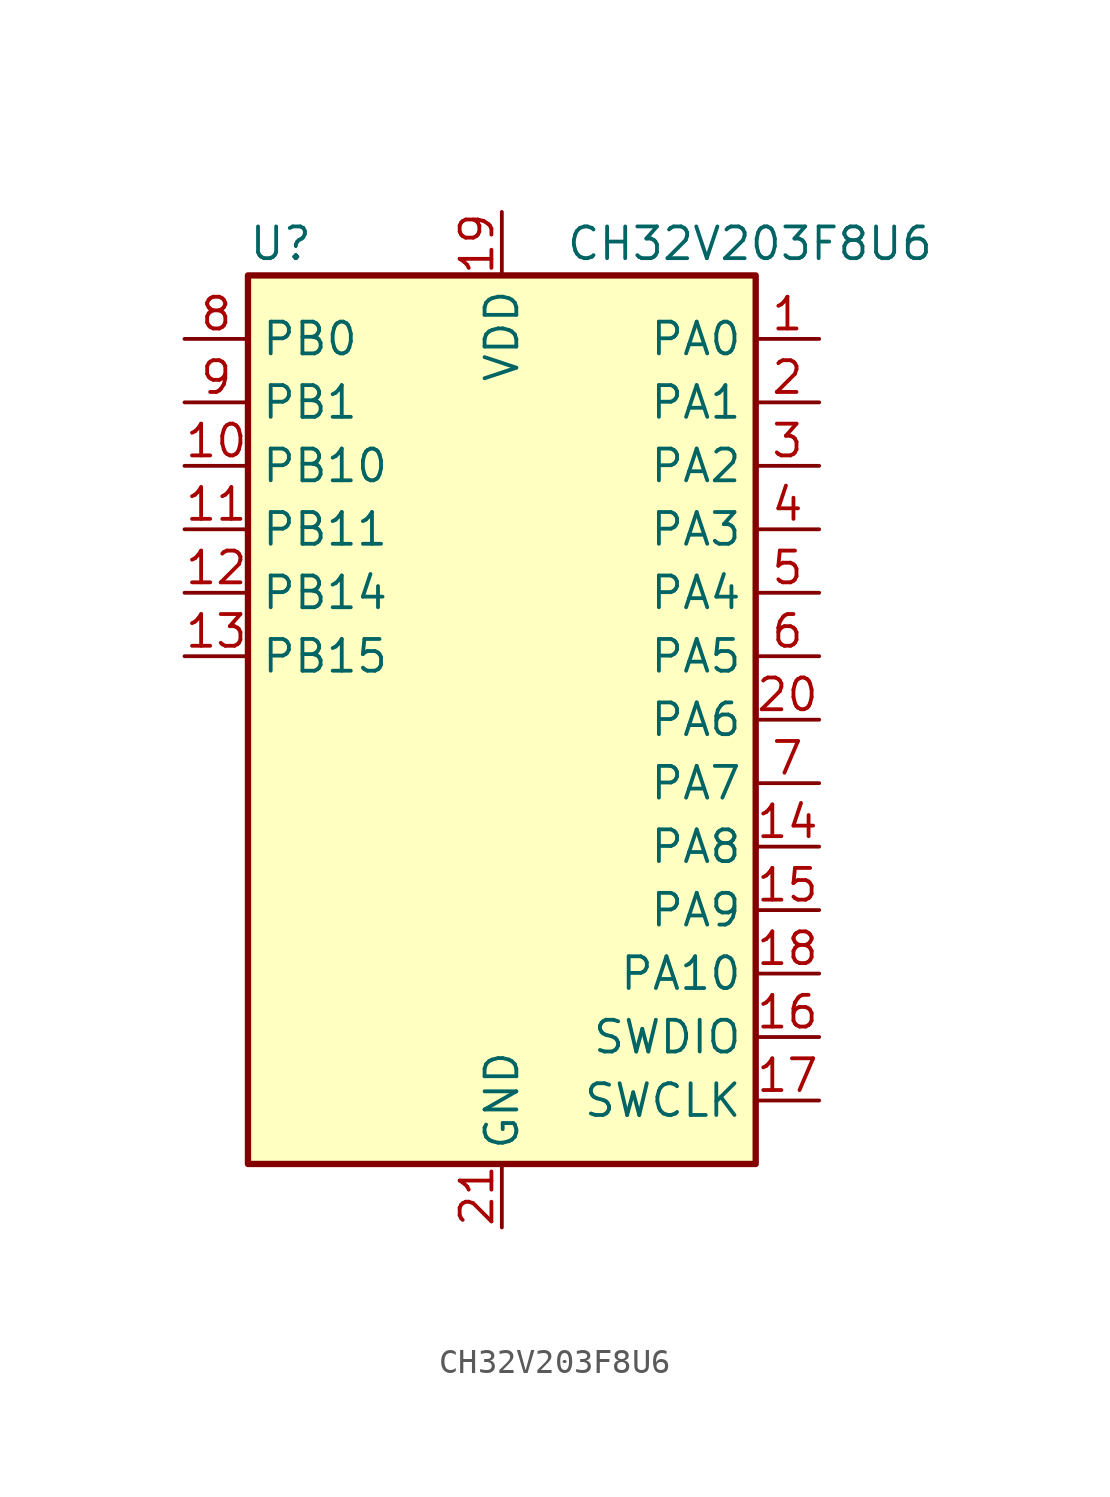
<source format=kicad_sym>
(kicad_symbol_lib
  (version 20231120)
  (generator "kicad_symbol_editor")
  (generator_version "8.0")
  (symbol "CH32V203F8U6"
    (property "Reference" "U"
      (at -10.16 19.05 0)
      (effects (font (size 1.27 1.27)) (justify left)))
    (property "Value" "CH32V203F8U6"
      (at 2.54 19.05 0)
      (effects (font (size 1.27 1.27)) (justify left)))
    (symbol "CH32V203F8U6_0_1"
      (rectangle (start -10.16 17.78) (end 10.16 -17.78) (stroke (width 0.254) (type default)) (fill (type background))))
    (symbol "CH32V203F8U6_1_0"
      (pin bidirectional line (at -12.7 10.16 0) (length 2.54) (name "PB10" (effects (font (size 1.27 1.27)))) (number "10" (effects (font (size 1.27 1.27)))) (alternate "I2C2_SCL" bidirectional line) (alternate "OPA2_CH0N" bidirectional line) (alternate "TIM2_CH3_2" bidirectional line) (alternate "TIM2_CH3_3" bidirectional line) (alternate "USART3_TX" output line))
      (pin bidirectional line (at -12.7 2.54 0) (length 2.54) (name "PB15" (effects (font (size 1.27 1.27)))) (number "13" (effects (font (size 1.27 1.27)))) (alternate "OPA1_CH0P" bidirectional line) (alternate "SPI2_MOSI" output line) (alternate "TIM1_CH3N" bidirectional line))
      (pin bidirectional line (at -12.7 15.24 0) (length 2.54) (name "PB0" (effects (font (size 1.27 1.27)))) (number "8" (effects (font (size 1.27 1.27)))) (alternate "ADC_IN8" input line) (alternate "OPA1_CH1P" bidirectional line) (alternate "TIM1_CH2N_1" bidirectional line) (alternate "TIM3_CH3" bidirectional line) (alternate "TIM3_CH3_2" bidirectional line) (alternate "USART4_TX" output line)))
    (symbol "CH32V203F8U6_1_1"
      (pin bidirectional line (at 12.7 15.24 180) (length 2.54) (name "PA0" (effects (font (size 1.27 1.27)))) (number "1" (effects (font (size 1.27 1.27)))) (alternate "ADC_IN0" bidirectional line) (alternate "TIM2_CH1" passive line) (alternate "TIM2_CH1_2" bidirectional line) (alternate "TIM2_ETR" passive line) (alternate "TIM2_ETR_2" bidirectional line) (alternate "USART2_CTS" bidirectional line) (alternate "WKUP" input line))
      (pin bidirectional line (at -12.7 7.62 0) (length 2.54) (name "PB11" (effects (font (size 1.27 1.27)))) (number "11" (effects (font (size 1.27 1.27)))) (alternate "I2C2_SDA" bidirectional line) (alternate "OPA1_CH0N" bidirectional line) (alternate "TIM2_CH4_2" bidirectional line) (alternate "TIM2_CH4_3" bidirectional line) (alternate "USART3_RX" input line))
      (pin bidirectional line (at -12.7 5.08 0) (length 2.54) (name "PB14" (effects (font (size 1.27 1.27)))) (number "12" (effects (font (size 1.27 1.27)))) (alternate "OPA2_CH0P" bidirectional line) (alternate "SPI2_MISO" input line) (alternate "TIM1_CH2N" bidirectional line) (alternate "USART3_RTS" bidirectional line))
      (pin bidirectional line (at 12.7 -5.08 180) (length 2.54) (name "PA8" (effects (font (size 1.27 1.27)))) (number "14" (effects (font (size 1.27 1.27)))) (alternate "MCO" bidirectional line) (alternate "TIM1_CH1" bidirectional line) (alternate "TIM1_CH1_1" bidirectional line) (alternate "USART1_CK" bidirectional line) (alternate "USART1_CK_1" bidirectional line))
      (pin bidirectional line (at 12.7 -7.62 180) (length 2.54) (name "PA9" (effects (font (size 1.27 1.27)))) (number "15" (effects (font (size 1.27 1.27)))) (alternate "TIM1_CH2" bidirectional line) (alternate "TIM1_CH2_1" bidirectional line) (alternate "USART1_TX" output line))
      (pin bidirectional line (at 12.7 -12.7 180) (length 2.54) (name "SWDIO" (effects (font (size 1.27 1.27)))) (number "16" (effects (font (size 1.27 1.27)))) (alternate "CAN1_TX" output line) (alternate "PA12" bidirectional line) (alternate "PA13" bidirectional line) (alternate "TIM1_ETR" bidirectional line) (alternate "TIM1_ETR_1" bidirectional line) (alternate "USART1_RTS" bidirectional line) (alternate "USART1_RTS_1" bidirectional line) (alternate "USBDP" bidirectional line))
      (pin bidirectional line (at 12.7 -15.24 180) (length 2.54) (name "SWCLK" (effects (font (size 1.27 1.27)))) (number "17" (effects (font (size 1.27 1.27)))) (alternate "CAN1_RX" input line) (alternate "PA11" bidirectional line) (alternate "PA14" bidirectional line) (alternate "TIM1_CH4" bidirectional line) (alternate "TIM1_CH4_1" bidirectional line) (alternate "USART1_CTS" bidirectional line) (alternate "USART1_CTS_1" bidirectional line) (alternate "USBDM" bidirectional line))
      (pin bidirectional line (at 12.7 -10.16 180) (length 2.54) (name "PA10" (effects (font (size 1.27 1.27)))) (number "18" (effects (font (size 1.27 1.27)))) (alternate "TIM1_CH3" bidirectional line) (alternate "TIM1_CH3_1" bidirectional line) (alternate "USART1_RX" bidirectional line))
      (pin power_in line (at 0 20.32 270) (length 2.54) (name "VDD" (effects (font (size 1.27 1.27)))) (number "19" (effects (font (size 1.27 1.27)))))
      (pin bidirectional line (at 12.7 12.7 180) (length 2.54) (name "PA1" (effects (font (size 1.27 1.27)))) (number "2" (effects (font (size 1.27 1.27)))) (alternate "ADC_IN1" passive line) (alternate "TIM2_CH2" bidirectional line) (alternate "TIM2_CH2_2" bidirectional line) (alternate "USART2_RTS" bidirectional line))
      (pin bidirectional line (at 12.7 0 180) (length 2.54) (name "PA6" (effects (font (size 1.27 1.27)))) (number "20" (effects (font (size 1.27 1.27)))) (alternate "ADC_IN6" input line) (alternate "OPA1_CH1N" bidirectional line) (alternate "SPI1_MISO" output line) (alternate "TIM1_BKIN_1" bidirectional line) (alternate "TIM3_CH1" bidirectional line))
      (pin power_in line (at 0 -20.32 90) (length 2.54) (name "GND" (effects (font (size 1.27 1.27)))) (number "21" (effects (font (size 1.27 1.27)))) (alternate "VSS" power_in line))
      (pin bidirectional line (at 12.7 10.16 180) (length 2.54) (name "PA2" (effects (font (size 1.27 1.27)))) (number "3" (effects (font (size 1.27 1.27)))) (alternate "ADC_IN2" input line) (alternate "OPA2_OUT0" bidirectional line) (alternate "TIM2_CH3" bidirectional line) (alternate "TIM2_CH3_1" bidirectional line) (alternate "USART2_TX" output line))
      (pin bidirectional line (at 12.7 7.62 180) (length 2.54) (name "PA3" (effects (font (size 1.27 1.27)))) (number "4" (effects (font (size 1.27 1.27)))) (alternate "ADC_IN3" input line) (alternate "OPA1_OUT0" output line) (alternate "TIM2_CH4" bidirectional line) (alternate "TIM2_CH4_1" bidirectional line) (alternate "USART2_RX" input line))
      (pin bidirectional line (at 12.7 5.08 180) (length 2.54) (name "PA4" (effects (font (size 1.27 1.27)))) (number "5" (effects (font (size 1.27 1.27)))) (alternate "ADC_IN4" input line) (alternate "OPA2_OUT1" output line) (alternate "SPI1_NSS" bidirectional line) (alternate "USART2_CK" bidirectional line))
      (pin bidirectional line (at 12.7 2.54 180) (length 2.54) (name "PA5" (effects (font (size 1.27 1.27)))) (number "6" (effects (font (size 1.27 1.27)))) (alternate "ADC_IN5" input line) (alternate "OPA2_CH1N" bidirectional line) (alternate "SPI1_SCK" input line))
      (pin bidirectional line (at 12.7 -2.54 180) (length 2.54) (name "PA7" (effects (font (size 1.27 1.27)))) (number "7" (effects (font (size 1.27 1.27)))) (alternate "ADC_IN7" input line) (alternate "OPA2_CH1P" bidirectional line) (alternate "SPI1_MOSI" input line) (alternate "TIM1_CH1N_1" bidirectional line) (alternate "TIM3_CH2" bidirectional line))
      (pin bidirectional line (at -12.7 12.7 0) (length 2.54) (name "PB1" (effects (font (size 1.27 1.27)))) (number "9" (effects (font (size 1.27 1.27)))) (alternate "ADC_IN9" input line) (alternate "OPA1_OUT1" output line) (alternate "TIM1_CH3N_1" bidirectional line) (alternate "TIM3_CH4" output line) (alternate "TIM3_CH4_2" bidirectional line) (alternate "USART4_RX" input line)))))
</source>
